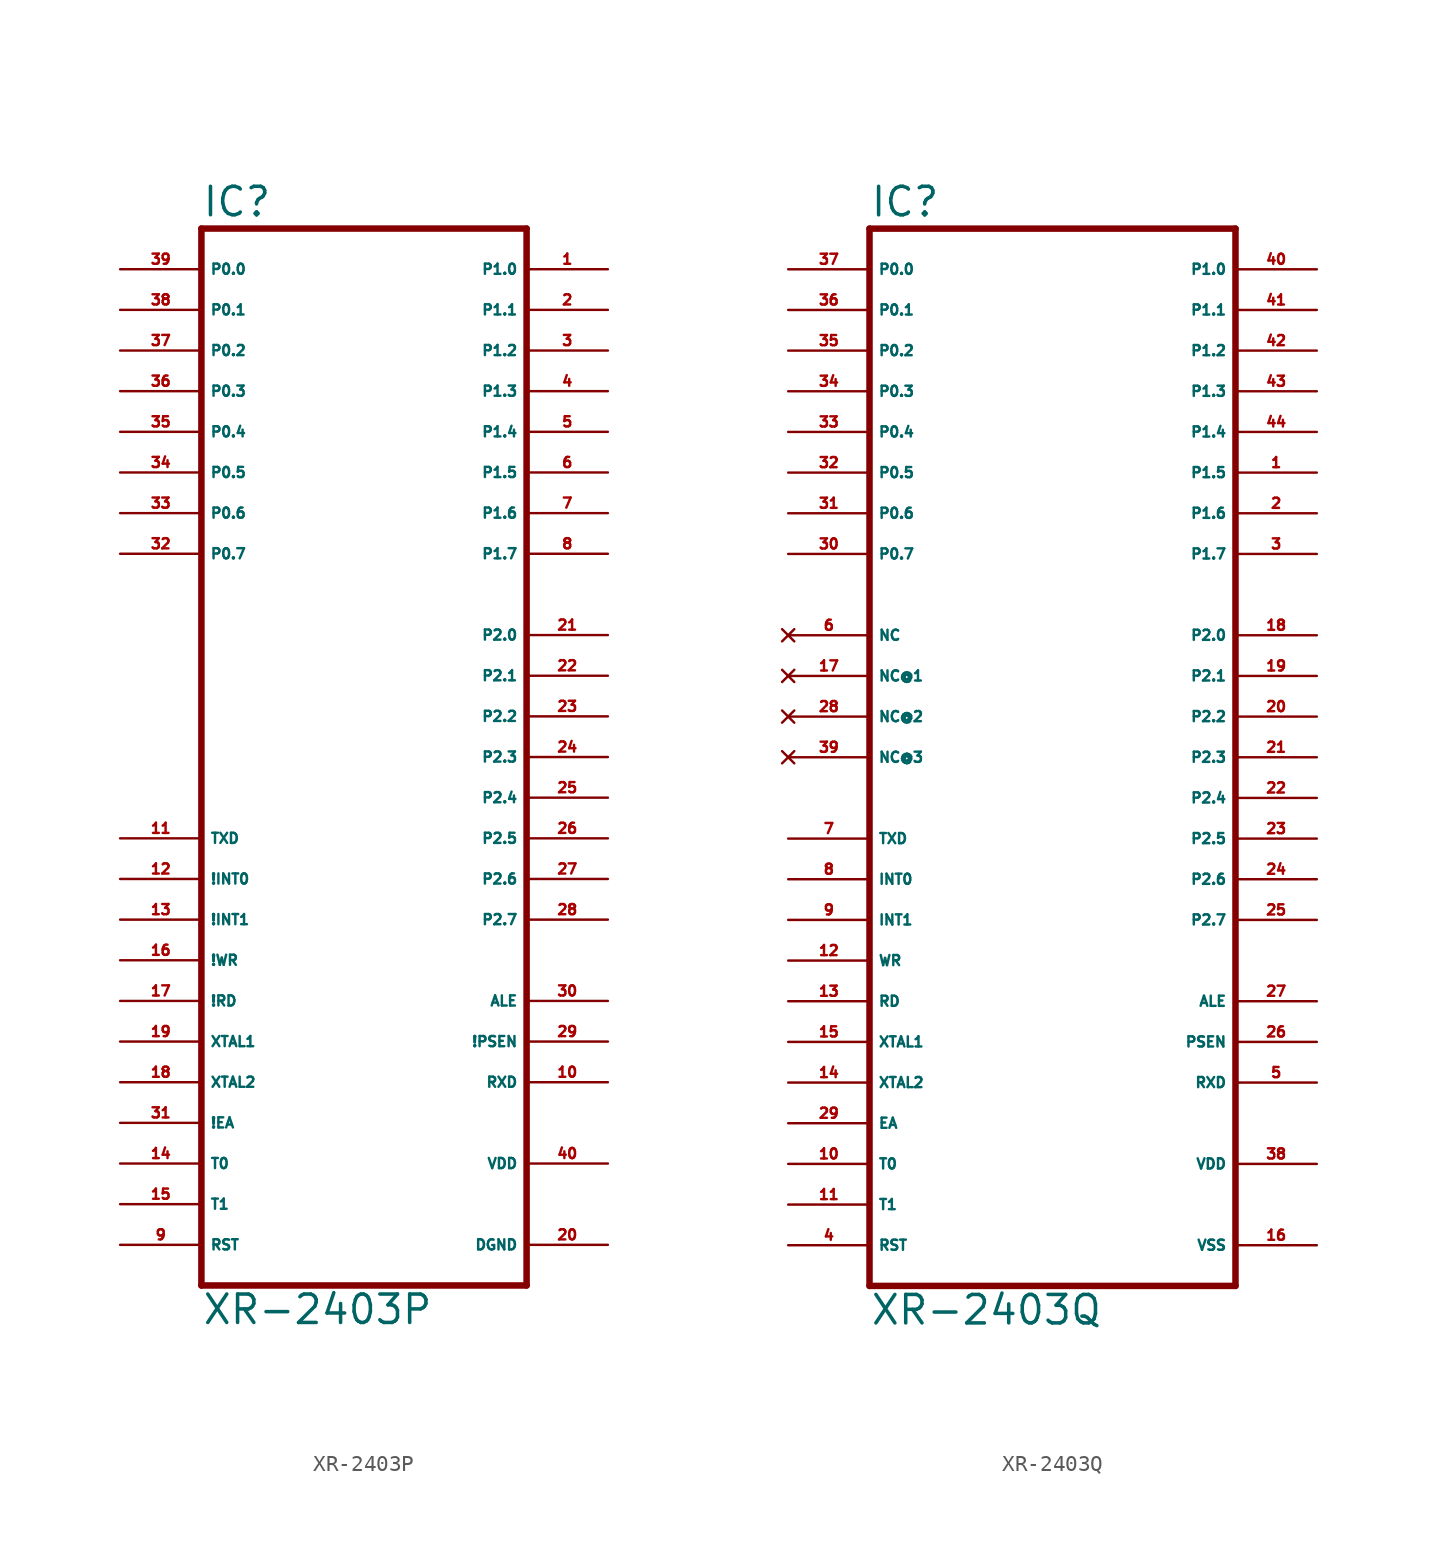
<source format=kicad_sym>
(kicad_symbol_lib
  (version 20220914)
  (generator Eagle2Kicad)
  (symbol "XR-2403P"
    (property "Reference" "IC"
      (at -10.16 31.115 0)
      (effects (font (size 1.778 1.778) (thickness 0.22)) (justify left bottom)))
    (property "Value" "XR-2403P"
      (at -10.16 -38.1 0)
      (effects (font (size 1.778 1.778) (thickness 0.22)) (justify left bottom)))
    (polyline
      (pts (xy -10.16 30.48) (xy 10.16 30.48))
      (stroke (width 0.406) (type default))
      (fill (type none)))
    (polyline
      (pts (xy 10.16 30.48) (xy 10.16 -35.56))
      (stroke (width 0.406) (type default))
      (fill (type none)))
    (polyline
      (pts (xy 10.16 -35.56) (xy -10.16 -35.56))
      (stroke (width 0.406) (type default))
      (fill (type none)))
    (polyline
      (pts (xy -10.16 -35.56) (xy -10.16 30.48))
      (stroke (width 0.406) (type default))
      (fill (type none)))
    (pin bidirectional line
      (at -15.24 27.94 0)
      (length 5.08)
      (name "P0.0" (effects (font (size 0.635 0.635) (thickness 0.08)) (justify left bottom)))
      (number "39" (effects (font (size 0.635 0.635) (thickness 0.08)) (justify left bottom))))
    (pin bidirectional line
      (at -15.24 25.4 0)
      (length 5.08)
      (name "P0.1" (effects (font (size 0.635 0.635) (thickness 0.08)) (justify left bottom)))
      (number "38" (effects (font (size 0.635 0.635) (thickness 0.08)) (justify left bottom))))
    (pin bidirectional line
      (at -15.24 22.86 0)
      (length 5.08)
      (name "P0.2" (effects (font (size 0.635 0.635) (thickness 0.08)) (justify left bottom)))
      (number "37" (effects (font (size 0.635 0.635) (thickness 0.08)) (justify left bottom))))
    (pin bidirectional line
      (at -15.24 20.32 0)
      (length 5.08)
      (name "P0.3" (effects (font (size 0.635 0.635) (thickness 0.08)) (justify left bottom)))
      (number "36" (effects (font (size 0.635 0.635) (thickness 0.08)) (justify left bottom))))
    (pin bidirectional line
      (at -15.24 17.78 0)
      (length 5.08)
      (name "P0.4" (effects (font (size 0.635 0.635) (thickness 0.08)) (justify left bottom)))
      (number "35" (effects (font (size 0.635 0.635) (thickness 0.08)) (justify left bottom))))
    (pin bidirectional line
      (at -15.24 15.24 0)
      (length 5.08)
      (name "P0.5" (effects (font (size 0.635 0.635) (thickness 0.08)) (justify left bottom)))
      (number "34" (effects (font (size 0.635 0.635) (thickness 0.08)) (justify left bottom))))
    (pin bidirectional line
      (at -15.24 12.7 0)
      (length 5.08)
      (name "P0.6" (effects (font (size 0.635 0.635) (thickness 0.08)) (justify left bottom)))
      (number "33" (effects (font (size 0.635 0.635) (thickness 0.08)) (justify left bottom))))
    (pin bidirectional line
      (at -15.24 10.16 0)
      (length 5.08)
      (name "P0.7" (effects (font (size 0.635 0.635) (thickness 0.08)) (justify left bottom)))
      (number "32" (effects (font (size 0.635 0.635) (thickness 0.08)) (justify left bottom))))
    (pin bidirectional line
      (at 15.24 25.4 180)
      (length 5.08)
      (name "P1.1" (effects (font (size 0.635 0.635) (thickness 0.08)) (justify left bottom)))
      (number "2" (effects (font (size 0.635 0.635) (thickness 0.08)) (justify left bottom))))
    (pin bidirectional line
      (at 15.24 22.86 180)
      (length 5.08)
      (name "P1.2" (effects (font (size 0.635 0.635) (thickness 0.08)) (justify left bottom)))
      (number "3" (effects (font (size 0.635 0.635) (thickness 0.08)) (justify left bottom))))
    (pin bidirectional line
      (at 15.24 20.32 180)
      (length 5.08)
      (name "P1.3" (effects (font (size 0.635 0.635) (thickness 0.08)) (justify left bottom)))
      (number "4" (effects (font (size 0.635 0.635) (thickness 0.08)) (justify left bottom))))
    (pin bidirectional line
      (at 15.24 17.78 180)
      (length 5.08)
      (name "P1.4" (effects (font (size 0.635 0.635) (thickness 0.08)) (justify left bottom)))
      (number "5" (effects (font (size 0.635 0.635) (thickness 0.08)) (justify left bottom))))
    (pin bidirectional line
      (at 15.24 15.24 180)
      (length 5.08)
      (name "P1.5" (effects (font (size 0.635 0.635) (thickness 0.08)) (justify left bottom)))
      (number "6" (effects (font (size 0.635 0.635) (thickness 0.08)) (justify left bottom))))
    (pin bidirectional line
      (at 15.24 12.7 180)
      (length 5.08)
      (name "P1.6" (effects (font (size 0.635 0.635) (thickness 0.08)) (justify left bottom)))
      (number "7" (effects (font (size 0.635 0.635) (thickness 0.08)) (justify left bottom))))
    (pin bidirectional line
      (at 15.24 10.16 180)
      (length 5.08)
      (name "P1.7" (effects (font (size 0.635 0.635) (thickness 0.08)) (justify left bottom)))
      (number "8" (effects (font (size 0.635 0.635) (thickness 0.08)) (justify left bottom))))
    (pin bidirectional line
      (at 15.24 27.94 180)
      (length 5.08)
      (name "P1.0" (effects (font (size 0.635 0.635) (thickness 0.08)) (justify left bottom)))
      (number "1" (effects (font (size 0.635 0.635) (thickness 0.08)) (justify left bottom))))
    (pin input line
      (at -15.24 -7.62 0)
      (length 5.08)
      (name "TXD" (effects (font (size 0.635 0.635) (thickness 0.08)) (justify left bottom)))
      (number "11" (effects (font (size 0.635 0.635) (thickness 0.08)) (justify left bottom))))
    (pin input line
      (at -15.24 -10.16 0)
      (length 5.08)
      (name "!INT0" (effects (font (size 0.635 0.635) (thickness 0.08)) (justify left bottom)))
      (number "12" (effects (font (size 0.635 0.635) (thickness 0.08)) (justify left bottom))))
    (pin input line
      (at -15.24 -12.7 0)
      (length 5.08)
      (name "!INT1" (effects (font (size 0.635 0.635) (thickness 0.08)) (justify left bottom)))
      (number "13" (effects (font (size 0.635 0.635) (thickness 0.08)) (justify left bottom))))
    (pin input line
      (at -15.24 -15.24 0)
      (length 5.08)
      (name "!WR" (effects (font (size 0.635 0.635) (thickness 0.08)) (justify left bottom)))
      (number "16" (effects (font (size 0.635 0.635) (thickness 0.08)) (justify left bottom))))
    (pin input line
      (at -15.24 -17.78 0)
      (length 5.08)
      (name "!RD" (effects (font (size 0.635 0.635) (thickness 0.08)) (justify left bottom)))
      (number "17" (effects (font (size 0.635 0.635) (thickness 0.08)) (justify left bottom))))
    (pin input line
      (at -15.24 -20.32 0)
      (length 5.08)
      (name "XTAL1" (effects (font (size 0.635 0.635) (thickness 0.08)) (justify left bottom)))
      (number "19" (effects (font (size 0.635 0.635) (thickness 0.08)) (justify left bottom))))
    (pin input line
      (at -15.24 -22.86 0)
      (length 5.08)
      (name "XTAL2" (effects (font (size 0.635 0.635) (thickness 0.08)) (justify left bottom)))
      (number "18" (effects (font (size 0.635 0.635) (thickness 0.08)) (justify left bottom))))
    (pin output line
      (at 15.24 -20.32 180)
      (length 5.08)
      (name "!PSEN" (effects (font (size 0.635 0.635) (thickness 0.08)) (justify left bottom)))
      (number "29" (effects (font (size 0.635 0.635) (thickness 0.08)) (justify left bottom))))
    (pin output line
      (at 15.24 -17.78 180)
      (length 5.08)
      (name "ALE" (effects (font (size 0.635 0.635) (thickness 0.08)) (justify left bottom)))
      (number "30" (effects (font (size 0.635 0.635) (thickness 0.08)) (justify left bottom))))
    (pin input line
      (at -15.24 -25.4 0)
      (length 5.08)
      (name "!EA" (effects (font (size 0.635 0.635) (thickness 0.08)) (justify left bottom)))
      (number "31" (effects (font (size 0.635 0.635) (thickness 0.08)) (justify left bottom))))
    (pin bidirectional line
      (at 15.24 5.08 180)
      (length 5.08)
      (name "P2.0" (effects (font (size 0.635 0.635) (thickness 0.08)) (justify left bottom)))
      (number "21" (effects (font (size 0.635 0.635) (thickness 0.08)) (justify left bottom))))
    (pin bidirectional line
      (at 15.24 2.54 180)
      (length 5.08)
      (name "P2.1" (effects (font (size 0.635 0.635) (thickness 0.08)) (justify left bottom)))
      (number "22" (effects (font (size 0.635 0.635) (thickness 0.08)) (justify left bottom))))
    (pin bidirectional line
      (at 15.24 0 180)
      (length 5.08)
      (name "P2.2" (effects (font (size 0.635 0.635) (thickness 0.08)) (justify left bottom)))
      (number "23" (effects (font (size 0.635 0.635) (thickness 0.08)) (justify left bottom))))
    (pin bidirectional line
      (at 15.24 -2.54 180)
      (length 5.08)
      (name "P2.3" (effects (font (size 0.635 0.635) (thickness 0.08)) (justify left bottom)))
      (number "24" (effects (font (size 0.635 0.635) (thickness 0.08)) (justify left bottom))))
    (pin bidirectional line
      (at 15.24 -5.08 180)
      (length 5.08)
      (name "P2.4" (effects (font (size 0.635 0.635) (thickness 0.08)) (justify left bottom)))
      (number "25" (effects (font (size 0.635 0.635) (thickness 0.08)) (justify left bottom))))
    (pin bidirectional line
      (at 15.24 -7.62 180)
      (length 5.08)
      (name "P2.5" (effects (font (size 0.635 0.635) (thickness 0.08)) (justify left bottom)))
      (number "26" (effects (font (size 0.635 0.635) (thickness 0.08)) (justify left bottom))))
    (pin bidirectional line
      (at 15.24 -10.16 180)
      (length 5.08)
      (name "P2.6" (effects (font (size 0.635 0.635) (thickness 0.08)) (justify left bottom)))
      (number "27" (effects (font (size 0.635 0.635) (thickness 0.08)) (justify left bottom))))
    (pin bidirectional line
      (at 15.24 -12.7 180)
      (length 5.08)
      (name "P2.7" (effects (font (size 0.635 0.635) (thickness 0.08)) (justify left bottom)))
      (number "28" (effects (font (size 0.635 0.635) (thickness 0.08)) (justify left bottom))))
    (pin input line
      (at -15.24 -27.94 0)
      (length 5.08)
      (name "T0" (effects (font (size 0.635 0.635) (thickness 0.08)) (justify left bottom)))
      (number "14" (effects (font (size 0.635 0.635) (thickness 0.08)) (justify left bottom))))
    (pin input line
      (at -15.24 -30.48 0)
      (length 5.08)
      (name "T1" (effects (font (size 0.635 0.635) (thickness 0.08)) (justify left bottom)))
      (number "15" (effects (font (size 0.635 0.635) (thickness 0.08)) (justify left bottom))))
    (pin unspecified line
      (at 15.24 -27.94 180)
      (length 5.08)
      (name "VDD" (effects (font (size 0.635 0.635) (thickness 0.08)) (justify left bottom)))
      (number "40" (effects (font (size 0.635 0.635) (thickness 0.08)) (justify left bottom))))
    (pin unspecified line
      (at 15.24 -33.02 180)
      (length 5.08)
      (name "DGND" (effects (font (size 0.635 0.635) (thickness 0.08)) (justify left bottom)))
      (number "20" (effects (font (size 0.635 0.635) (thickness 0.08)) (justify left bottom))))
    (pin input line
      (at -15.24 -33.02 0)
      (length 5.08)
      (name "RST" (effects (font (size 0.635 0.635) (thickness 0.08)) (justify left bottom)))
      (number "9" (effects (font (size 0.635 0.635) (thickness 0.08)) (justify left bottom))))
    (pin output line
      (at 15.24 -22.86 180)
      (length 5.08)
      (name "RXD" (effects (font (size 0.635 0.635) (thickness 0.08)) (justify left bottom)))
      (number "10" (effects (font (size 0.635 0.635) (thickness 0.08)) (justify left bottom)))))
  (symbol "XR-2403Q"
    (property "Reference" "IC"
      (at -12.7 31.115 0)
      (effects (font (size 1.778 1.778) (thickness 0.22)) (justify left bottom)))
    (property "Value" "XR-2403Q"
      (at -12.7 -38.1 0)
      (effects (font (size 1.778 1.778) (thickness 0.22)) (justify left bottom)))
    (polyline
      (pts (xy -12.7 30.48) (xy 10.16 30.48))
      (stroke (width 0.406) (type default))
      (fill (type none)))
    (polyline
      (pts (xy 10.16 30.48) (xy 10.16 -35.56))
      (stroke (width 0.406) (type default))
      (fill (type none)))
    (polyline
      (pts (xy 10.16 -35.56) (xy -12.7 -35.56))
      (stroke (width 0.406) (type default))
      (fill (type none)))
    (polyline
      (pts (xy -12.7 -35.56) (xy -12.7 30.48))
      (stroke (width 0.406) (type default))
      (fill (type none)))
    (pin bidirectional line
      (at -17.78 27.94 0)
      (length 5.08)
      (name "P0.0" (effects (font (size 0.635 0.635) (thickness 0.08)) (justify left bottom)))
      (number "37" (effects (font (size 0.635 0.635) (thickness 0.08)) (justify left bottom))))
    (pin bidirectional line
      (at -17.78 25.4 0)
      (length 5.08)
      (name "P0.1" (effects (font (size 0.635 0.635) (thickness 0.08)) (justify left bottom)))
      (number "36" (effects (font (size 0.635 0.635) (thickness 0.08)) (justify left bottom))))
    (pin bidirectional line
      (at -17.78 22.86 0)
      (length 5.08)
      (name "P0.2" (effects (font (size 0.635 0.635) (thickness 0.08)) (justify left bottom)))
      (number "35" (effects (font (size 0.635 0.635) (thickness 0.08)) (justify left bottom))))
    (pin bidirectional line
      (at -17.78 20.32 0)
      (length 5.08)
      (name "P0.3" (effects (font (size 0.635 0.635) (thickness 0.08)) (justify left bottom)))
      (number "34" (effects (font (size 0.635 0.635) (thickness 0.08)) (justify left bottom))))
    (pin bidirectional line
      (at -17.78 17.78 0)
      (length 5.08)
      (name "P0.4" (effects (font (size 0.635 0.635) (thickness 0.08)) (justify left bottom)))
      (number "33" (effects (font (size 0.635 0.635) (thickness 0.08)) (justify left bottom))))
    (pin bidirectional line
      (at -17.78 15.24 0)
      (length 5.08)
      (name "P0.5" (effects (font (size 0.635 0.635) (thickness 0.08)) (justify left bottom)))
      (number "32" (effects (font (size 0.635 0.635) (thickness 0.08)) (justify left bottom))))
    (pin bidirectional line
      (at -17.78 12.7 0)
      (length 5.08)
      (name "P0.6" (effects (font (size 0.635 0.635) (thickness 0.08)) (justify left bottom)))
      (number "31" (effects (font (size 0.635 0.635) (thickness 0.08)) (justify left bottom))))
    (pin bidirectional line
      (at -17.78 10.16 0)
      (length 5.08)
      (name "P0.7" (effects (font (size 0.635 0.635) (thickness 0.08)) (justify left bottom)))
      (number "30" (effects (font (size 0.635 0.635) (thickness 0.08)) (justify left bottom))))
    (pin bidirectional line
      (at 15.24 25.4 180)
      (length 5.08)
      (name "P1.1" (effects (font (size 0.635 0.635) (thickness 0.08)) (justify left bottom)))
      (number "41" (effects (font (size 0.635 0.635) (thickness 0.08)) (justify left bottom))))
    (pin bidirectional line
      (at 15.24 22.86 180)
      (length 5.08)
      (name "P1.2" (effects (font (size 0.635 0.635) (thickness 0.08)) (justify left bottom)))
      (number "42" (effects (font (size 0.635 0.635) (thickness 0.08)) (justify left bottom))))
    (pin bidirectional line
      (at 15.24 20.32 180)
      (length 5.08)
      (name "P1.3" (effects (font (size 0.635 0.635) (thickness 0.08)) (justify left bottom)))
      (number "43" (effects (font (size 0.635 0.635) (thickness 0.08)) (justify left bottom))))
    (pin bidirectional line
      (at 15.24 17.78 180)
      (length 5.08)
      (name "P1.4" (effects (font (size 0.635 0.635) (thickness 0.08)) (justify left bottom)))
      (number "44" (effects (font (size 0.635 0.635) (thickness 0.08)) (justify left bottom))))
    (pin bidirectional line
      (at 15.24 15.24 180)
      (length 5.08)
      (name "P1.5" (effects (font (size 0.635 0.635) (thickness 0.08)) (justify left bottom)))
      (number "1" (effects (font (size 0.635 0.635) (thickness 0.08)) (justify left bottom))))
    (pin bidirectional line
      (at 15.24 12.7 180)
      (length 5.08)
      (name "P1.6" (effects (font (size 0.635 0.635) (thickness 0.08)) (justify left bottom)))
      (number "2" (effects (font (size 0.635 0.635) (thickness 0.08)) (justify left bottom))))
    (pin bidirectional line
      (at 15.24 10.16 180)
      (length 5.08)
      (name "P1.7" (effects (font (size 0.635 0.635) (thickness 0.08)) (justify left bottom)))
      (number "3" (effects (font (size 0.635 0.635) (thickness 0.08)) (justify left bottom))))
    (pin bidirectional line
      (at 15.24 27.94 180)
      (length 5.08)
      (name "P1.0" (effects (font (size 0.635 0.635) (thickness 0.08)) (justify left bottom)))
      (number "40" (effects (font (size 0.635 0.635) (thickness 0.08)) (justify left bottom))))
    (pin input line
      (at -17.78 -7.62 0)
      (length 5.08)
      (name "TXD" (effects (font (size 0.635 0.635) (thickness 0.08)) (justify left bottom)))
      (number "7" (effects (font (size 0.635 0.635) (thickness 0.08)) (justify left bottom))))
    (pin input line
      (at -17.78 -10.16 0)
      (length 5.08)
      (name "INT0" (effects (font (size 0.635 0.635) (thickness 0.08)) (justify left bottom)))
      (number "8" (effects (font (size 0.635 0.635) (thickness 0.08)) (justify left bottom))))
    (pin input line
      (at -17.78 -12.7 0)
      (length 5.08)
      (name "INT1" (effects (font (size 0.635 0.635) (thickness 0.08)) (justify left bottom)))
      (number "9" (effects (font (size 0.635 0.635) (thickness 0.08)) (justify left bottom))))
    (pin input line
      (at -17.78 -15.24 0)
      (length 5.08)
      (name "WR" (effects (font (size 0.635 0.635) (thickness 0.08)) (justify left bottom)))
      (number "12" (effects (font (size 0.635 0.635) (thickness 0.08)) (justify left bottom))))
    (pin input line
      (at -17.78 -17.78 0)
      (length 5.08)
      (name "RD" (effects (font (size 0.635 0.635) (thickness 0.08)) (justify left bottom)))
      (number "13" (effects (font (size 0.635 0.635) (thickness 0.08)) (justify left bottom))))
    (pin input line
      (at -17.78 -20.32 0)
      (length 5.08)
      (name "XTAL1" (effects (font (size 0.635 0.635) (thickness 0.08)) (justify left bottom)))
      (number "15" (effects (font (size 0.635 0.635) (thickness 0.08)) (justify left bottom))))
    (pin input line
      (at -17.78 -22.86 0)
      (length 5.08)
      (name "XTAL2" (effects (font (size 0.635 0.635) (thickness 0.08)) (justify left bottom)))
      (number "14" (effects (font (size 0.635 0.635) (thickness 0.08)) (justify left bottom))))
    (pin output line
      (at 15.24 -20.32 180)
      (length 5.08)
      (name "PSEN" (effects (font (size 0.635 0.635) (thickness 0.08)) (justify left bottom)))
      (number "26" (effects (font (size 0.635 0.635) (thickness 0.08)) (justify left bottom))))
    (pin output line
      (at 15.24 -17.78 180)
      (length 5.08)
      (name "ALE" (effects (font (size 0.635 0.635) (thickness 0.08)) (justify left bottom)))
      (number "27" (effects (font (size 0.635 0.635) (thickness 0.08)) (justify left bottom))))
    (pin input line
      (at -17.78 -25.4 0)
      (length 5.08)
      (name "EA" (effects (font (size 0.635 0.635) (thickness 0.08)) (justify left bottom)))
      (number "29" (effects (font (size 0.635 0.635) (thickness 0.08)) (justify left bottom))))
    (pin bidirectional line
      (at 15.24 5.08 180)
      (length 5.08)
      (name "P2.0" (effects (font (size 0.635 0.635) (thickness 0.08)) (justify left bottom)))
      (number "18" (effects (font (size 0.635 0.635) (thickness 0.08)) (justify left bottom))))
    (pin bidirectional line
      (at 15.24 2.54 180)
      (length 5.08)
      (name "P2.1" (effects (font (size 0.635 0.635) (thickness 0.08)) (justify left bottom)))
      (number "19" (effects (font (size 0.635 0.635) (thickness 0.08)) (justify left bottom))))
    (pin bidirectional line
      (at 15.24 0 180)
      (length 5.08)
      (name "P2.2" (effects (font (size 0.635 0.635) (thickness 0.08)) (justify left bottom)))
      (number "20" (effects (font (size 0.635 0.635) (thickness 0.08)) (justify left bottom))))
    (pin bidirectional line
      (at 15.24 -2.54 180)
      (length 5.08)
      (name "P2.3" (effects (font (size 0.635 0.635) (thickness 0.08)) (justify left bottom)))
      (number "21" (effects (font (size 0.635 0.635) (thickness 0.08)) (justify left bottom))))
    (pin bidirectional line
      (at 15.24 -5.08 180)
      (length 5.08)
      (name "P2.4" (effects (font (size 0.635 0.635) (thickness 0.08)) (justify left bottom)))
      (number "22" (effects (font (size 0.635 0.635) (thickness 0.08)) (justify left bottom))))
    (pin bidirectional line
      (at 15.24 -7.62 180)
      (length 5.08)
      (name "P2.5" (effects (font (size 0.635 0.635) (thickness 0.08)) (justify left bottom)))
      (number "23" (effects (font (size 0.635 0.635) (thickness 0.08)) (justify left bottom))))
    (pin bidirectional line
      (at 15.24 -10.16 180)
      (length 5.08)
      (name "P2.6" (effects (font (size 0.635 0.635) (thickness 0.08)) (justify left bottom)))
      (number "24" (effects (font (size 0.635 0.635) (thickness 0.08)) (justify left bottom))))
    (pin bidirectional line
      (at 15.24 -12.7 180)
      (length 5.08)
      (name "P2.7" (effects (font (size 0.635 0.635) (thickness 0.08)) (justify left bottom)))
      (number "25" (effects (font (size 0.635 0.635) (thickness 0.08)) (justify left bottom))))
    (pin input line
      (at -17.78 -27.94 0)
      (length 5.08)
      (name "T0" (effects (font (size 0.635 0.635) (thickness 0.08)) (justify left bottom)))
      (number "10" (effects (font (size 0.635 0.635) (thickness 0.08)) (justify left bottom))))
    (pin input line
      (at -17.78 -30.48 0)
      (length 5.08)
      (name "T1" (effects (font (size 0.635 0.635) (thickness 0.08)) (justify left bottom)))
      (number "11" (effects (font (size 0.635 0.635) (thickness 0.08)) (justify left bottom))))
    (pin unspecified line
      (at 15.24 -27.94 180)
      (length 5.08)
      (name "VDD" (effects (font (size 0.635 0.635) (thickness 0.08)) (justify left bottom)))
      (number "38" (effects (font (size 0.635 0.635) (thickness 0.08)) (justify left bottom))))
    (pin unspecified line
      (at 15.24 -33.02 180)
      (length 5.08)
      (name "VSS" (effects (font (size 0.635 0.635) (thickness 0.08)) (justify left bottom)))
      (number "16" (effects (font (size 0.635 0.635) (thickness 0.08)) (justify left bottom))))
    (pin input line
      (at -17.78 -33.02 0)
      (length 5.08)
      (name "RST" (effects (font (size 0.635 0.635) (thickness 0.08)) (justify left bottom)))
      (number "4" (effects (font (size 0.635 0.635) (thickness 0.08)) (justify left bottom))))
    (pin output line
      (at 15.24 -22.86 180)
      (length 5.08)
      (name "RXD" (effects (font (size 0.635 0.635) (thickness 0.08)) (justify left bottom)))
      (number "5" (effects (font (size 0.635 0.635) (thickness 0.08)) (justify left bottom))))
    (pin no_connect line
      (at -17.78 5.08 0)
      (length 5.08)
      (name "NC" (effects (font (size 0.635 0.635) (thickness 0.08)) (justify left bottom) hide))
      (number "6" (effects (font (size 0.635 0.635) (thickness 0.08)) (justify left bottom) hide)))
    (pin no_connect line
      (at -17.78 2.54 0)
      (length 5.08)
      (name "NC@1" (effects (font (size 0.635 0.635) (thickness 0.08)) (justify left bottom) hide))
      (number "17" (effects (font (size 0.635 0.635) (thickness 0.08)) (justify left bottom) hide)))
    (pin no_connect line
      (at -17.78 0 0)
      (length 5.08)
      (name "NC@2" (effects (font (size 0.635 0.635) (thickness 0.08)) (justify left bottom) hide))
      (number "28" (effects (font (size 0.635 0.635) (thickness 0.08)) (justify left bottom) hide)))
    (pin no_connect line
      (at -17.78 -2.54 0)
      (length 5.08)
      (name "NC@3" (effects (font (size 0.635 0.635) (thickness 0.08)) (justify left bottom) hide))
      (number "39" (effects (font (size 0.635 0.635) (thickness 0.08)) (justify left bottom) hide)))))
</source>
